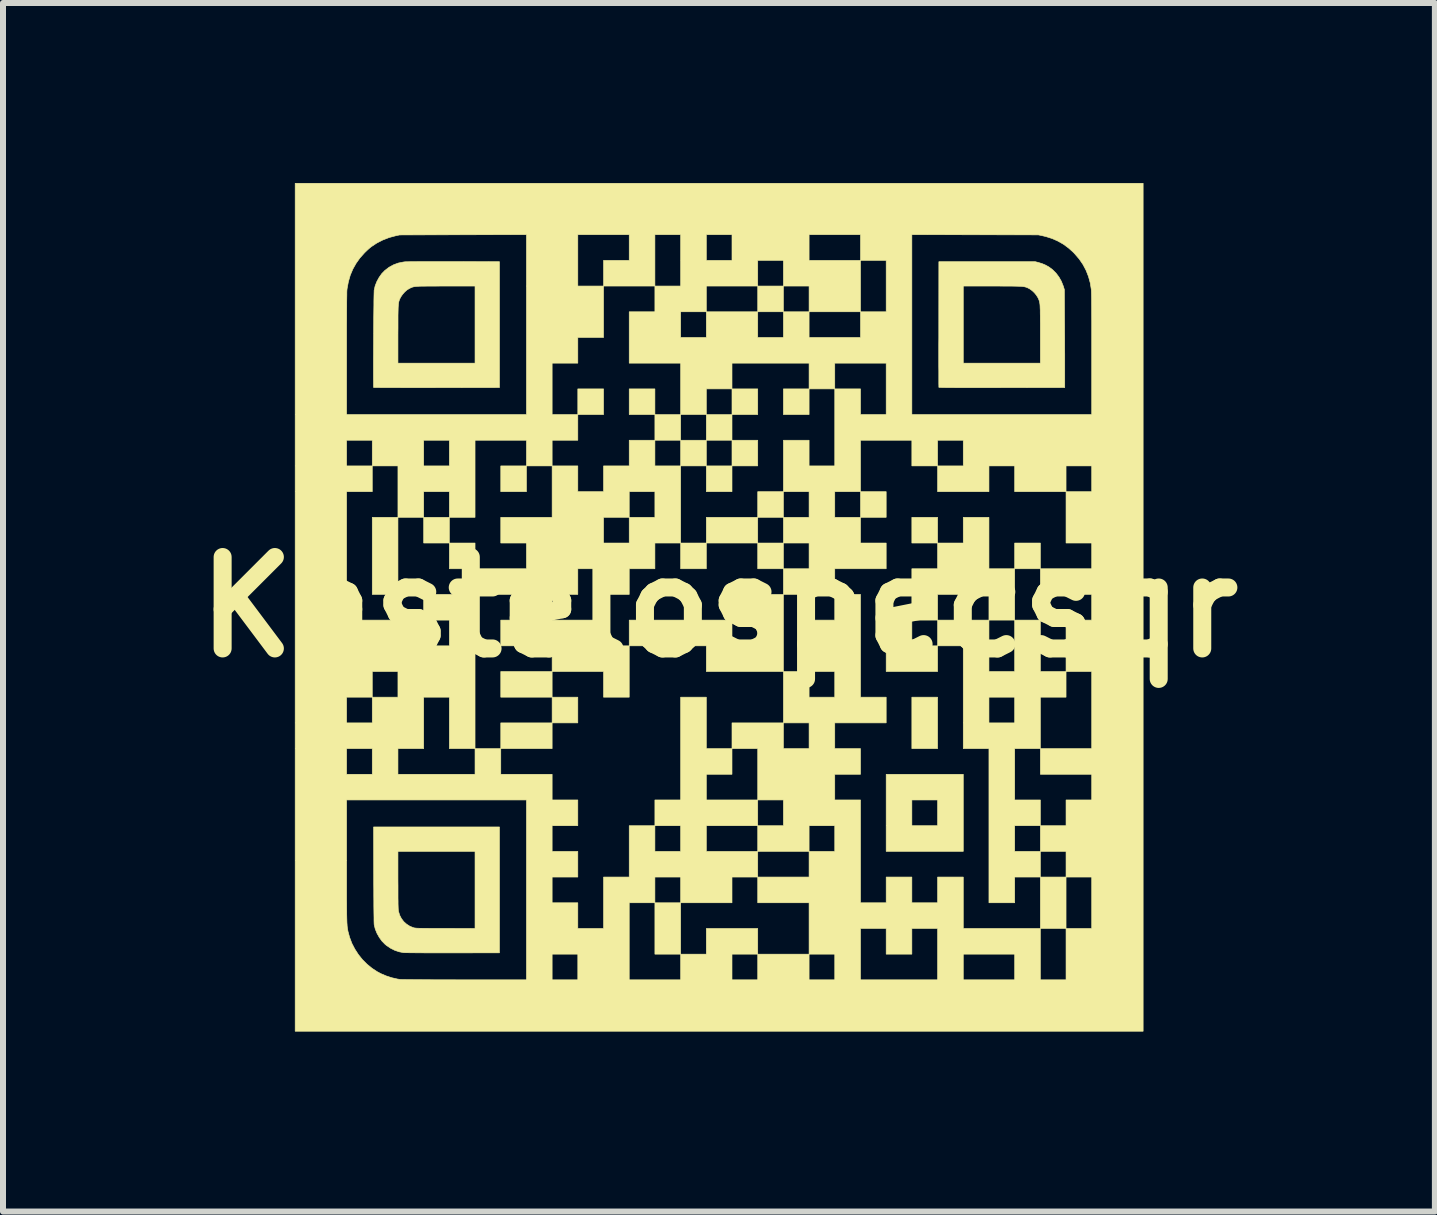
<source format=kicad_pcb>
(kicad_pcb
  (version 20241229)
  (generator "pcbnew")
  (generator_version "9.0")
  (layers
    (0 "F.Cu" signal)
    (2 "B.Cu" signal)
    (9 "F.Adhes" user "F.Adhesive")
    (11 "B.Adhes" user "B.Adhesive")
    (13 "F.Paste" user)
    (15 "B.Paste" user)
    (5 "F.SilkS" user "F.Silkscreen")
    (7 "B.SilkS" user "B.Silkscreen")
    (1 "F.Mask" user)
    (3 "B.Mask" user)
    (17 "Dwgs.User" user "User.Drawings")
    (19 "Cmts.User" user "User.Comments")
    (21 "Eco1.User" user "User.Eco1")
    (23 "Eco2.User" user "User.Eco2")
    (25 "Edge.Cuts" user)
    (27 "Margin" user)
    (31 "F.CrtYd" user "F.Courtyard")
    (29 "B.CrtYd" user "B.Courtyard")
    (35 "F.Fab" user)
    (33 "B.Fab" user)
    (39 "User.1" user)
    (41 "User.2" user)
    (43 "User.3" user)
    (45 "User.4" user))
  (footprint "Kastelospecsqr"
    (layer "F.Cu")
    (at 8.934 7.069)
    (property "Reference" "Kastelospecsqr" (at 0 0 0) (layer "F.SilkS") (effects (font (size 1.524 1.524) (thickness 0.3))))
    (attr through_hole)
    (fp_poly (pts (xy -5.351 -0.211) (xy -5.779 -0.211) (xy -5.779 -1.496) (xy -5.351 -1.496) (xy -5.351 -0.211)) (stroke (width 0.01) (type solid)) (fill yes) (layer "F.SilkS"))
    (fp_poly (pts (xy -4.922 -1.068) (xy -4.922 -1.496) (xy -4.494 -1.496) (xy -4.494 -1.068) (xy -4.922 -1.068)) (stroke (width 0.01) (type solid)) (fill yes) (layer "F.SilkS"))
    (fp_poly (pts (xy -4.066 -1.068) (xy -4.066 -0.639) (xy -4.494 -0.639) (xy -4.494 -1.068) (xy -4.066 -1.068)) (stroke (width 0.01) (type solid)) (fill yes) (layer "F.SilkS"))
    (fp_poly (pts (xy -3.637 1.502) (xy -3.637 1.074) (xy -2.781 1.074) (xy -2.781 1.502) (xy -3.637 1.502)) (stroke (width 0.01) (type solid)) (fill yes) (layer "F.SilkS"))
    (fp_poly (pts (xy -3.209 -1.924) (xy -3.637 -1.924) (xy -3.637 -2.353) (xy -3.209 -2.353) (xy -3.209 -1.924)) (stroke (width 0.01) (type solid)) (fill yes) (layer "F.SilkS"))
    (fp_poly (pts (xy -2.781 1.502) (xy -2.353 1.502) (xy -2.353 1.93) (xy -2.781 1.93) (xy -2.781 1.502)) (stroke (width 0.01) (type solid)) (fill yes) (layer "F.SilkS"))
    (fp_poly (pts (xy -2.781 2.359) (xy -3.637 2.359) (xy -3.637 1.93) (xy -2.781 1.93) (xy -2.781 2.359)) (stroke (width 0.01) (type solid)) (fill yes) (layer "F.SilkS"))
    (fp_poly (pts (xy -1.924 -3.209) (xy -2.353 -3.209) (xy -2.353 -3.637) (xy -1.924 -3.637) (xy -1.924 -3.209)) (stroke (width 0.01) (type solid)) (fill yes) (layer "F.SilkS"))
    (fp_poly (pts (xy -1.496 -3.209) (xy -1.496 -3.637) (xy -1.068 -3.637) (xy -1.068 -3.209) (xy -1.496 -3.209)) (stroke (width 0.01) (type solid)) (fill yes) (layer "F.SilkS"))
    (fp_poly (pts (xy -0.639 5.785) (xy -1.068 5.785) (xy -1.068 4.929) (xy -0.639 4.929) (xy -0.639 5.785)) (stroke (width 0.01) (type solid)) (fill yes) (layer "F.SilkS"))
    (fp_poly (pts (xy -0.211 -0.639) (xy -0.639 -0.639) (xy -0.639 -1.068) (xy -0.211 -1.068) (xy -0.211 -0.639)) (stroke (width 0.01) (type solid)) (fill yes) (layer "F.SilkS"))
    (fp_poly (pts (xy 0.217 -3.637) (xy 0.646 -3.637) (xy 0.646 -3.209) (xy 0.217 -3.209) (xy 0.217 -3.637)) (stroke (width 0.01) (type solid)) (fill yes) (layer "F.SilkS"))
    (fp_poly (pts (xy 0.217 -2.781) (xy -0.211 -2.781) (xy -0.211 -3.209) (xy 0.217 -3.209) (xy 0.217 -2.781)) (stroke (width 0.01) (type solid)) (fill yes) (layer "F.SilkS"))
    (fp_poly (pts (xy 0.217 -2.781) (xy 0.646 -2.781) (xy 0.646 -2.353) (xy 0.217 -2.353) (xy 0.217 -2.781)) (stroke (width 0.01) (type solid)) (fill yes) (layer "F.SilkS"))
    (fp_poly (pts (xy 0.217 -1.924) (xy -0.211 -1.924) (xy -0.211 -2.353) (xy 0.217 -2.353) (xy 0.217 -1.924)) (stroke (width 0.01) (type solid)) (fill yes) (layer "F.SilkS"))
    (fp_poly (pts (xy 0.646 -1.924) (xy 1.074 -1.924) (xy 1.074 -1.496) (xy 0.646 -1.496) (xy 0.646 -1.924)) (stroke (width 0.01) (type solid)) (fill yes) (layer "F.SilkS"))
    (fp_poly (pts (xy 0.646 -1.068) (xy -0.211 -1.068) (xy -0.211 -1.496) (xy 0.646 -1.496) (xy 0.646 -1.068)) (stroke (width 0.01) (type solid)) (fill yes) (layer "F.SilkS"))
    (fp_poly (pts (xy 1.074 -4.922) (xy 0.646 -4.922) (xy 0.646 -5.351) (xy 1.074 -5.351) (xy 1.074 -4.922)) (stroke (width 0.01) (type solid)) (fill yes) (layer "F.SilkS"))
    (fp_poly (pts (xy 1.074 -0.639) (xy 0.646 -0.639) (xy 0.646 -1.068) (xy 1.074 -1.068) (xy 1.074 -0.639)) (stroke (width 0.01) (type solid)) (fill yes) (layer "F.SilkS"))
    (fp_poly (pts (xy 1.502 -3.209) (xy 1.074 -3.209) (xy 1.074 -3.637) (xy 1.502 -3.637) (xy 1.502 -3.209)) (stroke (width 0.01) (type solid)) (fill yes) (layer "F.SilkS"))
    (fp_poly (pts (xy 2.787 -1.496) (xy 2.359 -1.496) (xy 2.359 -1.924) (xy 2.787 -1.924) (xy 2.787 -1.496)) (stroke (width 0.01) (type solid)) (fill yes) (layer "F.SilkS"))
    (fp_poly (pts (xy 3.215 -1.068) (xy 3.215 -1.496) (xy 3.644 -1.496) (xy 3.644 -1.068) (xy 3.215 -1.068)) (stroke (width 0.01) (type solid)) (fill yes) (layer "F.SilkS"))
    (fp_poly (pts (xy 3.644 2.359) (xy 3.215 2.359) (xy 3.215 1.502) (xy 3.644 1.502) (xy 3.644 2.359)) (stroke (width 0.01) (type solid)) (fill yes) (layer "F.SilkS"))
    (fp_poly (pts (xy 4.929 -1.068) (xy 5.357 -1.068) (xy 5.357 -0.639) (xy 4.929 -0.639) (xy 4.929 -1.068)) (stroke (width 0.01) (type solid)) (fill yes) (layer "F.SilkS"))
    (fp_poly (pts (xy 5.785 5.357) (xy 5.357 5.357) (xy 5.357 4.5) (xy 5.785 4.5) (xy 5.785 5.357)) (stroke (width 0.01) (type solid)) (fill yes) (layer "F.SilkS"))
    (fp_poly (pts (xy 4.072 4.072) (xy 2.787 4.072) (xy 2.787 3.215) (xy 3.215 3.215) (xy 3.215 3.644) (xy 3.644 3.644) (xy 3.644 3.215) (xy 3.215 3.215) (xy 2.787 3.215) (xy 2.787 2.787) (xy 4.072 2.787) (xy 4.072 4.072)) (stroke (width 0.01) (type solid)) (fill yes) (layer "F.SilkS"))
    (fp_poly (pts (xy -1.496 0.217) (xy 0.217 0.217) (xy 0.217 0.646) (xy 0.646 0.646) (xy 0.646 0.217) (xy 0.217 0.217) (xy 0.217 -0.211) (xy 1.074 -0.211) (xy 1.074 1.074) (xy -0.211 1.074) (xy -0.211 0.646) (xy -1.496 0.646) (xy -1.496 0.217)) (stroke (width 0.01) (type solid)) (fill yes) (layer "F.SilkS"))
    (fp_poly (pts (xy 4.929 0.217) (xy 5.357 0.217) (xy 5.357 1.074) (xy 5.785 1.074) (xy 5.785 1.502) (xy 5.357 1.502) (xy 5.357 2.359) (xy 4.929 2.359) (xy 4.929 3.215) (xy 5.357 3.215) (xy 5.357 3.644) (xy 4.929 3.644) (xy 4.929 4.072) (xy 5.357 4.072) (xy 5.357 4.5) (xy 4.929 4.5) (xy 4.929 4.929) (xy 4.5 4.929) (xy 4.5 2.359) (xy 4.072 2.359) (xy 4.072 1.502) (xy 4.5 1.502) (xy 4.5 1.93) (xy 4.929 1.93) (xy 4.929 1.502) (xy 4.5 1.502) (xy 4.072 1.502) (xy 4.072 0.646) (xy 3.644 0.646) (xy 3.644 1.074) (xy 2.787 1.074) (xy 2.787 0.217) (xy 3.215 0.217) (xy 3.215 0.646) (xy 3.644 0.646) (xy 3.644 0.217) (xy 3.215 0.217) (xy 3.215 -0.211) (xy 3.644 -0.211) (xy 3.644 0.217) (xy 4.5 0.217) (xy 4.5 1.074) (xy 4.929 1.074) (xy 4.929 0.217) (xy 4.5 0.217) (xy 4.5 -0.211) (xy 3.644 -0.211) (xy 3.215 -0.211) (xy 3.215 -0.639) (xy 3.644 -0.639) (xy 3.644 -1.068) (xy 4.072 -1.068) (xy 4.072 -1.496) (xy 4.5 -1.496) (xy 4.5 -0.639) (xy 4.929 -0.639) (xy 4.929 0.217)) (stroke (width 0.01) (type solid)) (fill yes) (layer "F.SilkS"))
    (fp_poly (pts (xy -0.211 -2.353) (xy -0.639 -2.353) (xy -0.639 -1.068) (xy -1.068 -1.068) (xy -1.068 -0.639) (xy -1.496 -0.639) (xy -1.496 -0.211) (xy -1.924 -0.211) (xy -1.924 -0.639) (xy -2.353 -0.639) (xy -2.353 -0.211) (xy -2.781 -0.211) (xy -2.781 0.217) (xy -1.924 0.217) (xy -1.924 0.646) (xy -1.496 0.646) (xy -1.496 1.502) (xy -1.924 1.502) (xy -1.924 1.074) (xy -2.781 1.074) (xy -2.781 0.646) (xy -3.637 0.646) (xy -3.637 0.217) (xy -3.209 0.217) (xy -3.209 -0.211) (xy -4.066 -0.211) (xy -4.066 -0.639) (xy -3.209 -0.639) (xy -3.209 -1.068) (xy -3.637 -1.068) (xy -3.637 -1.496) (xy -2.781 -1.496) (xy -1.924 -1.496) (xy -1.924 -1.068) (xy -1.496 -1.068) (xy -1.496 -1.496) (xy -1.924 -1.496) (xy -2.781 -1.496) (xy -2.781 -2.353) (xy -2.353 -2.353) (xy -2.353 -1.924) (xy -1.924 -1.924) (xy -1.496 -1.924) (xy -1.496 -1.496) (xy -1.068 -1.496) (xy -1.068 -1.924) (xy -1.496 -1.924) (xy -1.924 -1.924) (xy -1.924 -2.353) (xy -1.496 -2.353) (xy -1.496 -2.781) (xy -1.068 -2.781) (xy -1.068 -2.353) (xy -0.639 -2.353) (xy -0.639 -2.781) (xy -1.068 -2.781) (xy -1.068 -3.209) (xy -0.639 -3.209) (xy -0.639 -2.781) (xy -0.211 -2.781) (xy -0.211 -2.353)) (stroke (width 0.01) (type solid)) (fill yes) (layer "F.SilkS"))
    (fp_poly (pts (xy -3.659 5.763) (xy -4.432 5.764) (xy -4.53 5.764) (xy -4.625 5.764) (xy -4.717 5.764) (xy -4.804 5.764) (xy -4.886 5.764) (xy -4.962 5.763) (xy -5.031 5.763) (xy -5.092 5.762) (xy -5.145 5.762) (xy -5.189 5.761) (xy -5.223 5.761) (xy -5.246 5.76) (xy -5.256 5.76) (xy -5.329 5.746) (xy -5.402 5.722) (xy -5.472 5.687) (xy -5.537 5.644) (xy -5.565 5.621) (xy -5.617 5.568) (xy -5.662 5.506) (xy -5.7 5.438) (xy -5.729 5.367) (xy -5.747 5.295) (xy -5.747 5.292) (xy -5.748 5.28) (xy -5.749 5.257) (xy -5.75 5.222) (xy -5.75 5.177) (xy -5.751 5.122) (xy -5.752 5.057) (xy -5.753 4.984) (xy -5.753 4.902) (xy -5.754 4.812) (xy -5.754 4.716) (xy -5.755 4.613) (xy -5.755 4.504) (xy -5.755 4.46) (xy -5.756 4.072) (xy -5.351 4.072) (xy -5.351 4.551) (xy -5.35 4.643) (xy -5.35 4.723) (xy -5.35 4.793) (xy -5.35 4.852) (xy -5.349 4.902) (xy -5.349 4.945) (xy -5.348 4.979) (xy -5.347 5.008) (xy -5.346 5.03) (xy -5.345 5.048) (xy -5.343 5.062) (xy -5.342 5.073) (xy -5.341 5.074) (xy -5.322 5.136) (xy -5.293 5.192) (xy -5.254 5.243) (xy -5.207 5.285) (xy -5.154 5.319) (xy -5.095 5.343) (xy -5.079 5.347) (xy -5.07 5.349) (xy -5.057 5.35) (xy -5.039 5.352) (xy -5.016 5.353) (xy -4.987 5.354) (xy -4.951 5.354) (xy -4.907 5.355) (xy -4.854 5.355) (xy -4.792 5.356) (xy -4.719 5.356) (xy -4.636 5.356) (xy -4.555 5.356) (xy -4.066 5.357) (xy -4.066 4.072) (xy -5.351 4.072) (xy -5.756 4.072) (xy -5.757 3.665) (xy -3.659 3.665) (xy -3.659 5.763)) (stroke (width 0.01) (type solid)) (fill yes) (layer "F.SilkS"))
    (fp_poly (pts (xy 5.324 -5.744) (xy 5.388 -5.724) (xy 5.444 -5.7) (xy 5.495 -5.672) (xy 5.545 -5.636) (xy 5.564 -5.62) (xy 5.619 -5.565) (xy 5.667 -5.501) (xy 5.707 -5.43) (xy 5.738 -5.353) (xy 5.74 -5.347) (xy 5.757 -5.292) (xy 5.76 -4.761) (xy 5.761 -4.672) (xy 5.761 -4.581) (xy 5.762 -4.488) (xy 5.762 -4.396) (xy 5.762 -4.306) (xy 5.763 -4.22) (xy 5.763 -4.139) (xy 5.763 -4.066) (xy 5.763 -4.002) (xy 5.763 -3.949) (xy 5.763 -3.659) (xy 4.716 -3.658) (xy 4.577 -3.657) (xy 4.451 -3.657) (xy 4.336 -3.657) (xy 4.232 -3.657) (xy 4.139 -3.657) (xy 4.055 -3.657) (xy 3.981 -3.657) (xy 3.917 -3.658) (xy 3.86 -3.658) (xy 3.812 -3.658) (xy 3.772 -3.659) (xy 3.739 -3.659) (xy 3.713 -3.66) (xy 3.693 -3.661) (xy 3.679 -3.662) (xy 3.67 -3.662) (xy 3.666 -3.663) (xy 3.665 -3.664) (xy 3.665 -3.671) (xy 3.665 -3.689) (xy 3.664 -3.719) (xy 3.664 -3.76) (xy 3.664 -3.81) (xy 3.664 -3.869) (xy 3.664 -3.937) (xy 3.663 -4.013) (xy 3.663 -4.066) (xy 4.072 -4.066) (xy 5.357 -4.066) (xy 5.357 -4.545) (xy 5.357 -4.638) (xy 5.357 -4.72) (xy 5.356 -4.791) (xy 5.356 -4.852) (xy 5.355 -4.905) (xy 5.355 -4.949) (xy 5.353 -4.987) (xy 5.352 -5.018) (xy 5.35 -5.045) (xy 5.347 -5.066) (xy 5.344 -5.085) (xy 5.34 -5.1) (xy 5.335 -5.115) (xy 5.33 -5.128) (xy 5.324 -5.142) (xy 5.317 -5.156) (xy 5.316 -5.158) (xy 5.29 -5.2) (xy 5.256 -5.241) (xy 5.217 -5.277) (xy 5.176 -5.306) (xy 5.164 -5.312) (xy 5.15 -5.319) (xy 5.137 -5.325) (xy 5.125 -5.33) (xy 5.111 -5.334) (xy 5.097 -5.338) (xy 5.079 -5.341) (xy 5.059 -5.344) (xy 5.034 -5.346) (xy 5.004 -5.347) (xy 4.969 -5.348) (xy 4.926 -5.349) (xy 4.876 -5.35) (xy 4.817 -5.35) (xy 4.748 -5.35) (xy 4.669 -5.351) (xy 4.579 -5.351) (xy 4.558 -5.351) (xy 4.072 -5.351) (xy 4.072 -4.066) (xy 3.663 -4.066) (xy 3.663 -4.096) (xy 3.663 -4.185) (xy 3.663 -4.281) (xy 3.663 -4.381) (xy 3.664 -4.487) (xy 3.664 -4.596) (xy 3.664 -4.709) (xy 3.664 -4.714) (xy 3.665 -5.757) (xy 5.273 -5.757) (xy 5.324 -5.744)) (stroke (width 0.01) (type solid)) (fill yes) (layer "F.SilkS"))
    (fp_poly (pts (xy -4.601 -5.759) (xy -4.491 -5.759) (xy -4.413 -5.759) (xy -3.659 -5.757) (xy -3.659 -3.659) (xy -4.706 -3.658) (xy -4.819 -3.657) (xy -4.928 -3.657) (xy -5.034 -3.657) (xy -5.135 -3.657) (xy -5.231 -3.657) (xy -5.321 -3.658) (xy -5.404 -3.658) (xy -5.48 -3.658) (xy -5.548 -3.658) (xy -5.608 -3.658) (xy -5.658 -3.659) (xy -5.699 -3.659) (xy -5.73 -3.66) (xy -5.749 -3.66) (xy -5.756 -3.66) (xy -5.756 -3.66) (xy -5.757 -3.667) (xy -5.758 -3.686) (xy -5.758 -3.715) (xy -5.758 -3.753) (xy -5.759 -3.801) (xy -5.759 -3.856) (xy -5.759 -3.919) (xy -5.759 -3.988) (xy -5.759 -4.062) (xy -5.759 -4.066) (xy -5.351 -4.066) (xy -4.066 -4.066) (xy -4.066 -5.351) (xy -4.551 -5.351) (xy -4.644 -5.351) (xy -4.726 -5.35) (xy -4.797 -5.35) (xy -4.858 -5.35) (xy -4.91 -5.349) (xy -4.954 -5.349) (xy -4.991 -5.348) (xy -5.022 -5.346) (xy -5.048 -5.344) (xy -5.069 -5.342) (xy -5.087 -5.339) (xy -5.102 -5.335) (xy -5.116 -5.331) (xy -5.128 -5.326) (xy -5.141 -5.32) (xy -5.155 -5.313) (xy -5.158 -5.312) (xy -5.199 -5.287) (xy -5.239 -5.252) (xy -5.274 -5.212) (xy -5.303 -5.17) (xy -5.309 -5.158) (xy -5.317 -5.143) (xy -5.323 -5.13) (xy -5.328 -5.116) (xy -5.333 -5.102) (xy -5.337 -5.087) (xy -5.34 -5.069) (xy -5.343 -5.047) (xy -5.345 -5.022) (xy -5.347 -4.991) (xy -5.348 -4.954) (xy -5.349 -4.911) (xy -5.35 -4.859) (xy -5.35 -4.799) (xy -5.35 -4.729) (xy -5.35 -4.649) (xy -5.351 -4.557) (xy -5.351 -4.545) (xy -5.351 -4.066) (xy -5.759 -4.066) (xy -5.759 -4.14) (xy -5.758 -4.222) (xy -5.758 -4.306) (xy -5.757 -4.392) (xy -5.757 -4.479) (xy -5.756 -4.566) (xy -5.756 -4.652) (xy -5.755 -4.736) (xy -5.755 -4.818) (xy -5.754 -4.895) (xy -5.753 -4.969) (xy -5.752 -5.036) (xy -5.752 -5.098) (xy -5.751 -5.152) (xy -5.75 -5.198) (xy -5.749 -5.235) (xy -5.748 -5.262) (xy -5.748 -5.279) (xy -5.747 -5.282) (xy -5.731 -5.354) (xy -5.703 -5.425) (xy -5.666 -5.493) (xy -5.622 -5.556) (xy -5.57 -5.61) (xy -5.565 -5.614) (xy -5.498 -5.665) (xy -5.425 -5.705) (xy -5.347 -5.734) (xy -5.264 -5.751) (xy -5.236 -5.755) (xy -5.219 -5.756) (xy -5.191 -5.756) (xy -5.151 -5.757) (xy -5.1 -5.758) (xy -5.039 -5.758) (xy -4.968 -5.759) (xy -4.889 -5.759) (xy -4.801 -5.759) (xy -4.705 -5.759) (xy -4.601 -5.759)) (stroke (width 0.01) (type solid)) (fill yes) (layer "F.SilkS"))
    (fp_poly (pts (xy 7.07 7.07) (xy -7.064 7.07) (xy -7.064 3.215) (xy -6.207 3.215) (xy -6.207 4.224) (xy -6.207 4.359) (xy -6.207 4.483) (xy -6.207 4.595) (xy -6.207 4.697) (xy -6.207 4.788) (xy -6.207 4.871) (xy -6.206 4.944) (xy -6.206 5.009) (xy -6.205 5.067) (xy -6.205 5.118) (xy -6.204 5.162) (xy -6.203 5.201) (xy -6.202 5.235) (xy -6.201 5.264) (xy -6.199 5.289) (xy -6.198 5.311) (xy -6.196 5.33) (xy -6.194 5.347) (xy -6.191 5.363) (xy -6.189 5.377) (xy -6.186 5.392) (xy -6.185 5.4) (xy -6.157 5.504) (xy -6.119 5.605) (xy -6.069 5.701) (xy -6.011 5.791) (xy -5.943 5.876) (xy -5.867 5.952) (xy -5.784 6.02) (xy -5.694 6.079) (xy -5.633 6.111) (xy -5.546 6.148) (xy -5.454 6.178) (xy -5.363 6.199) (xy -5.311 6.207) (xy -5.3 6.207) (xy -5.277 6.208) (xy -5.243 6.208) (xy -5.199 6.209) (xy -5.145 6.209) (xy -5.083 6.21) (xy -5.012 6.21) (xy -4.933 6.211) (xy -4.847 6.211) (xy -4.755 6.212) (xy -4.658 6.212) (xy -4.555 6.212) (xy -4.448 6.212) (xy -4.338 6.213) (xy -4.238 6.213) (xy -3.209 6.213) (xy -3.209 5.785) (xy -2.781 5.785) (xy -2.781 6.213) (xy -2.353 6.213) (xy -2.353 5.785) (xy -2.781 5.785) (xy -3.209 5.785) (xy -3.209 3.215) (xy -6.207 3.215) (xy -7.064 3.215) (xy -7.064 2.359) (xy -6.207 2.359) (xy -6.207 2.787) (xy -5.779 2.787) (xy -5.779 2.359) (xy -5.351 2.359) (xy -5.351 2.787) (xy -4.066 2.787) (xy -4.066 2.359) (xy -4.494 2.359) (xy -4.494 1.502) (xy -4.922 1.502) (xy -4.922 2.359) (xy -5.351 2.359) (xy -5.779 2.359) (xy -6.207 2.359) (xy -7.064 2.359) (xy -7.064 1.502) (xy -6.207 1.502) (xy -6.207 1.93) (xy -5.779 1.93) (xy -5.779 1.502) (xy -6.207 1.502) (xy -7.064 1.502) (xy -7.064 1.074) (xy -5.779 1.074) (xy -5.779 1.502) (xy -5.351 1.502) (xy -5.351 1.074) (xy -5.779 1.074) (xy -7.064 1.074) (xy -7.064 0.646) (xy -4.922 0.646) (xy -4.494 0.646) (xy -4.494 0.217) (xy -4.922 0.217) (xy -4.922 0.646) (xy -7.064 0.646) (xy -7.064 -1.924) (xy -6.207 -1.924) (xy -6.207 0.217) (xy -4.922 0.217) (xy -4.922 -0.211) (xy -4.066 -0.211) (xy -4.066 2.359) (xy -3.637 2.359) (xy -3.637 2.787) (xy -2.781 2.787) (xy -2.781 3.215) (xy -2.353 3.215) (xy -2.353 3.644) (xy -2.781 3.644) (xy -2.781 4.072) (xy -2.353 4.072) (xy -2.353 4.5) (xy -2.781 4.5) (xy -2.781 4.929) (xy -2.353 4.929) (xy -2.353 5.357) (xy -1.924 5.357) (xy -1.924 4.929) (xy -1.496 4.929) (xy -1.496 6.213) (xy -0.639 6.213) (xy -0.639 5.785) (xy -0.211 5.785) (xy 0.217 5.785) (xy 0.217 6.213) (xy 0.646 6.213) (xy 0.646 5.785) (xy 0.217 5.785) (xy -0.211 5.785) (xy -0.211 5.357) (xy 0.646 5.357) (xy 0.646 5.785) (xy 1.502 5.785) (xy 1.502 6.213) (xy 1.93 6.213) (xy 1.93 5.785) (xy 1.502 5.785) (xy 1.502 5.357) (xy 2.359 5.357) (xy 2.359 6.213) (xy 3.644 6.213) (xy 3.644 5.785) (xy 4.072 5.785) (xy 4.072 6.213) (xy 4.929 6.213) (xy 4.929 5.785) (xy 4.072 5.785) (xy 3.644 5.785) (xy 3.644 5.357) (xy 3.215 5.357) (xy 3.215 5.785) (xy 2.787 5.785) (xy 2.787 5.357) (xy 2.359 5.357) (xy 1.502 5.357) (xy 1.502 4.929) (xy 0.646 4.929) (xy 0.646 4.5) (xy 0.217 4.5) (xy 0.217 4.929) (xy -0.639 4.929) (xy -0.639 4.5) (xy -1.068 4.5) (xy -1.068 4.929) (xy -1.496 4.929) (xy -1.924 4.929) (xy -1.924 4.5) (xy -1.496 4.5) (xy -1.496 3.644) (xy -1.068 3.644) (xy -1.068 4.072) (xy -0.639 4.072) (xy -0.639 3.644) (xy -0.211 3.644) (xy -0.211 4.072) (xy 0.646 4.072) (xy 0.646 4.5) (xy 1.502 4.5) (xy 1.502 4.072) (xy 0.646 4.072) (xy 0.646 3.644) (xy -0.211 3.644) (xy -0.639 3.644) (xy -1.068 3.644) (xy -1.068 3.215) (xy -0.639 3.215) (xy -0.639 2.787) (xy -0.211 2.787) (xy -0.211 3.215) (xy 0.646 3.215) (xy 0.646 3.644) (xy 1.074 3.644) (xy 1.502 3.644) (xy 1.502 4.072) (xy 1.93 4.072) (xy 1.93 3.644) (xy 1.502 3.644) (xy 1.074 3.644) (xy 1.074 3.215) (xy 0.646 3.215) (xy 0.646 2.359) (xy 0.217 2.359) (xy 0.217 2.787) (xy -0.211 2.787) (xy -0.639 2.787) (xy -0.639 1.502) (xy -0.211 1.502) (xy -0.211 2.359) (xy 0.217 2.359) (xy 0.217 1.93) (xy 1.074 1.93) (xy 1.074 2.359) (xy 1.502 2.359) (xy 1.502 1.93) (xy 1.074 1.93) (xy 1.074 1.074) (xy 1.502 1.074) (xy 1.502 1.502) (xy 1.93 1.502) (xy 1.93 1.074) (xy 1.502 1.074) (xy 1.502 0.217) (xy 1.93 0.217) (xy 1.93 -0.211) (xy 1.074 -0.211) (xy 1.074 -0.639) (xy 1.502 -0.639) (xy 1.502 -1.068) (xy 1.074 -1.068) (xy 1.074 -1.496) (xy 1.502 -1.496) (xy 1.502 -1.924) (xy 1.93 -1.924) (xy 1.93 -1.496) (xy 2.359 -1.496) (xy 2.359 -1.068) (xy 2.787 -1.068) (xy 2.787 -0.639) (xy 1.93 -0.639) (xy 1.93 -0.211) (xy 2.359 -0.211) (xy 2.359 1.502) (xy 2.787 1.502) (xy 2.787 1.93) (xy 1.93 1.93) (xy 1.93 2.359) (xy 2.359 2.359) (xy 2.359 2.787) (xy 1.93 2.787) (xy 1.93 3.215) (xy 2.359 3.215) (xy 2.359 4.929) (xy 2.787 4.929) (xy 2.787 4.5) (xy 3.215 4.5) (xy 3.215 4.929) (xy 3.644 4.929) (xy 3.644 4.5) (xy 4.072 4.5) (xy 4.072 5.357) (xy 5.357 5.357) (xy 5.357 6.213) (xy 5.785 6.213) (xy 5.785 5.357) (xy 6.213 5.357) (xy 6.213 4.5) (xy 5.785 4.5) (xy 5.785 4.072) (xy 5.357 4.072) (xy 5.357 3.644) (xy 5.785 3.644) (xy 5.785 3.215) (xy 6.213 3.215) (xy 6.213 2.787) (xy 5.357 2.787) (xy 5.357 2.359) (xy 6.213 2.359) (xy 6.213 1.074) (xy 5.785 1.074) (xy 5.785 0.217) (xy 6.213 0.217) (xy 6.213 -0.211) (xy 5.357 -0.211) (xy 5.357 -0.639) (xy 6.213 -0.639) (xy 6.213 -1.068) (xy 5.785 -1.068) (xy 5.785 -1.924) (xy 4.929 -1.924) (xy 4.929 -2.353) (xy 5.785 -2.353) (xy 5.785 -1.924) (xy 6.213 -1.924) (xy 6.213 -2.353) (xy 5.785 -2.353) (xy 4.929 -2.353) (xy 4.5 -2.353) (xy 4.5 -1.924) (xy 3.644 -1.924) (xy 3.644 -2.353) (xy 3.215 -2.353) (xy 3.215 -2.781) (xy 3.644 -2.781) (xy 3.644 -2.353) (xy 4.072 -2.353) (xy 4.072 -2.781) (xy 3.644 -2.781) (xy 3.215 -2.781) (xy 2.359 -2.781) (xy 2.359 -1.924) (xy 1.93 -1.924) (xy 1.502 -1.924) (xy 1.074 -1.924) (xy 1.074 -2.781) (xy 1.502 -2.781) (xy 1.502 -2.353) (xy 1.93 -2.353) (xy 1.93 -3.637) (xy 1.502 -3.637) (xy 1.502 -4.066) (xy 1.93 -4.066) (xy 1.93 -3.637) (xy 2.359 -3.637) (xy 2.359 -3.209) (xy 2.787 -3.209) (xy 3.215 -3.209) (xy 6.213 -3.209) (xy 6.213 -4.218) (xy 6.213 -4.374) (xy 6.213 -4.518) (xy 6.213 -4.65) (xy 6.213 -4.769) (xy 6.212 -4.876) (xy 6.212 -4.971) (xy 6.211 -5.054) (xy 6.211 -5.124) (xy 6.21 -5.182) (xy 6.209 -5.228) (xy 6.208 -5.261) (xy 6.207 -5.282) (xy 6.207 -5.287) (xy 6.189 -5.401) (xy 6.159 -5.51) (xy 6.119 -5.612) (xy 6.068 -5.709) (xy 6.005 -5.801) (xy 5.931 -5.887) (xy 5.91 -5.91) (xy 5.828 -5.984) (xy 5.743 -6.047) (xy 5.652 -6.099) (xy 5.556 -6.142) (xy 5.452 -6.175) (xy 5.39 -6.19) (xy 5.323 -6.204) (xy 3.215 -6.208) (xy 3.215 -3.209) (xy 2.787 -3.209) (xy 2.787 -4.066) (xy 1.93 -4.066) (xy 1.502 -4.066) (xy 0.217 -4.066) (xy 0.217 -3.637) (xy -0.211 -3.637) (xy -0.211 -3.209) (xy -0.639 -3.209) (xy -0.639 -4.066) (xy -1.496 -4.066) (xy -1.496 -4.922) (xy -1.068 -4.922) (xy -0.639 -4.922) (xy -0.639 -4.494) (xy -0.211 -4.494) (xy -0.211 -4.922) (xy -0.639 -4.922) (xy -1.068 -4.922) (xy -1.068 -5.351) (xy -1.924 -5.351) (xy -1.924 -4.494) (xy -2.353 -4.494) (xy -2.353 -4.066) (xy -2.781 -4.066) (xy -2.781 -3.209) (xy -2.353 -3.209) (xy -2.353 -2.781) (xy -2.781 -2.781) (xy -2.781 -2.353) (xy -3.209 -2.353) (xy -3.209 -2.781) (xy -4.066 -2.781) (xy -4.066 -1.496) (xy -4.494 -1.496) (xy -4.494 -1.924) (xy -4.922 -1.924) (xy -4.922 -1.496) (xy -5.351 -1.496) (xy -5.351 -2.353) (xy -5.779 -2.353) (xy -5.779 -1.924) (xy -6.207 -1.924) (xy -7.064 -1.924) (xy -7.064 -2.781) (xy -6.207 -2.781) (xy -6.207 -2.353) (xy -5.779 -2.353) (xy -5.779 -2.781) (xy -4.922 -2.781) (xy -4.922 -2.353) (xy -4.494 -2.353) (xy -4.494 -2.781) (xy -4.922 -2.781) (xy -5.779 -2.781) (xy -6.207 -2.781) (xy -7.064 -2.781) (xy -7.064 -4.218) (xy -6.207 -4.218) (xy -6.207 -3.209) (xy -3.209 -3.209) (xy -3.209 -6.207) (xy -2.353 -6.207) (xy -2.353 -5.351) (xy -1.924 -5.351) (xy -1.924 -5.779) (xy -1.496 -5.779) (xy -1.496 -6.207) (xy -1.068 -6.207) (xy -1.068 -5.351) (xy -0.639 -5.351) (xy -0.211 -5.351) (xy -0.211 -4.922) (xy 0.646 -4.922) (xy 0.646 -4.494) (xy 1.074 -4.494) (xy 1.502 -4.494) (xy 2.359 -4.494) (xy 2.359 -4.922) (xy 1.502 -4.922) (xy 1.502 -4.494) (xy 1.074 -4.494) (xy 1.074 -4.922) (xy 1.502 -4.922) (xy 1.502 -5.351) (xy 1.074 -5.351) (xy 1.074 -5.779) (xy 0.646 -5.779) (xy 0.646 -5.351) (xy -0.211 -5.351) (xy -0.639 -5.351) (xy -0.639 -6.207) (xy -0.211 -6.207) (xy -0.211 -5.779) (xy 0.217 -5.779) (xy 0.217 -6.207) (xy 1.502 -6.207) (xy 1.502 -5.779) (xy 2.359 -5.779) (xy 2.359 -4.922) (xy 2.787 -4.922) (xy 2.787 -5.779) (xy 2.359 -5.779) (xy 2.359 -6.207) (xy 1.502 -6.207) (xy 0.217 -6.207) (xy -0.211 -6.207) (xy -0.639 -6.207) (xy -1.068 -6.207) (xy -1.496 -6.207) (xy -2.353 -6.207) (xy -3.209 -6.207) (xy -3.209 -6.208) (xy -4.266 -6.206) (xy -5.323 -6.203) (xy -5.385 -6.19) (xy -5.497 -6.16) (xy -5.603 -6.119) (xy -5.703 -6.068) (xy -5.795 -6.007) (xy -5.815 -5.991) (xy -5.841 -5.969) (xy -5.869 -5.943) (xy -5.898 -5.915) (xy -5.909 -5.904) (xy -5.985 -5.819) (xy -6.049 -5.729) (xy -6.103 -5.633) (xy -6.146 -5.531) (xy -6.177 -5.423) (xy -6.198 -5.31) (xy -6.201 -5.287) (xy -6.202 -5.271) (xy -6.203 -5.243) (xy -6.203 -5.202) (xy -6.204 -5.149) (xy -6.205 -5.084) (xy -6.205 -5.006) (xy -6.206 -4.916) (xy -6.206 -4.814) (xy -6.207 -4.7) (xy -6.207 -4.573) (xy -6.207 -4.434) (xy -6.207 -4.283) (xy -6.207 -4.218) (xy -7.064 -4.218) (xy -7.064 -7.064) (xy 7.07 -7.064) (xy 7.07 7.07)) (stroke (width 0.01) (type solid)) (fill yes) (layer "F.SilkS")))
  (gr_rect
    (start -3 -3)
    (end 20.867 17.144)
    (stroke (width 0.1) (type default))
    (fill no)
    (layer "Edge.Cuts")))
</source>
